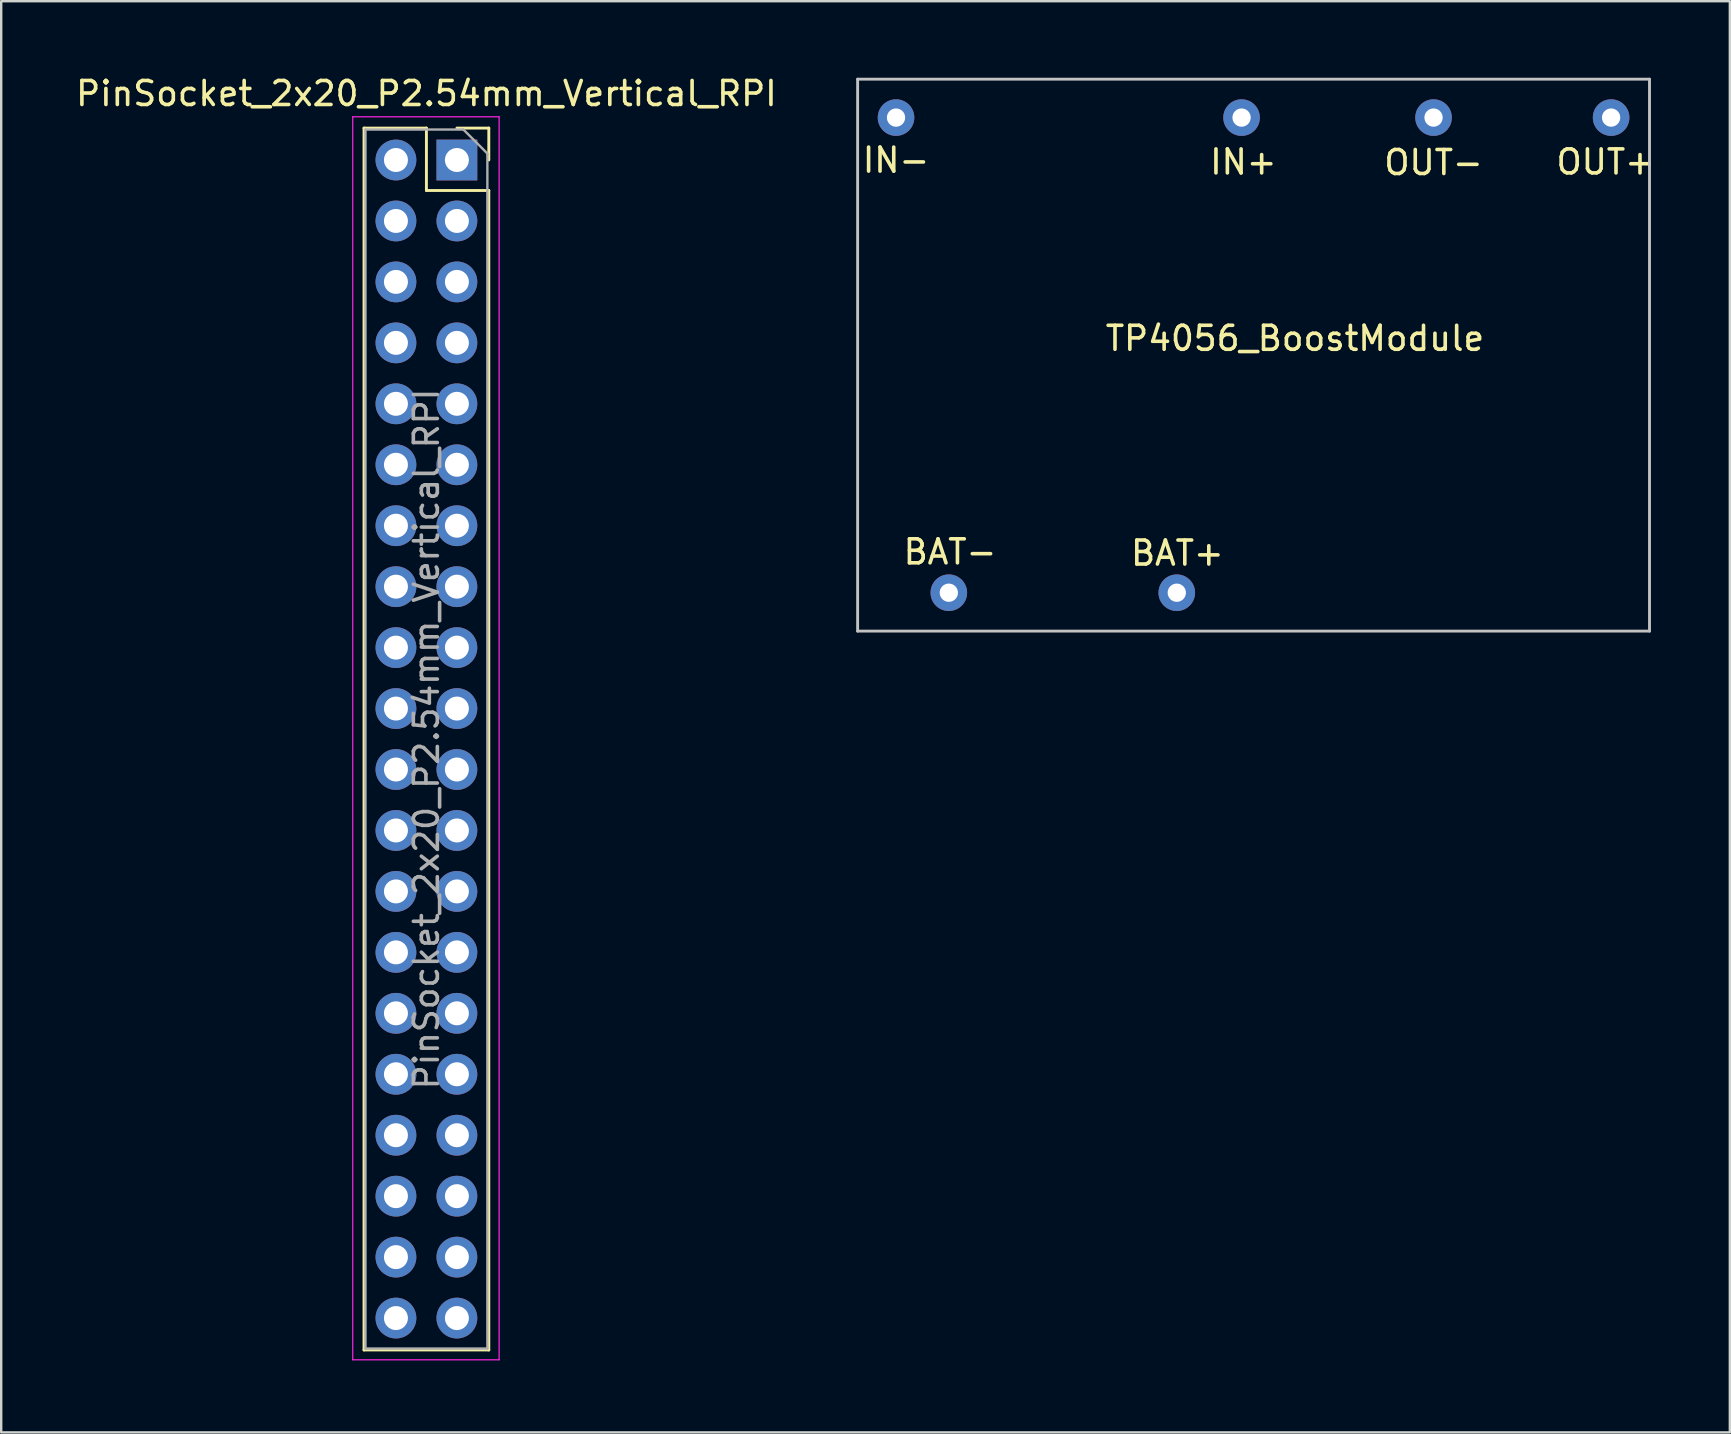
<source format=kicad_pcb>
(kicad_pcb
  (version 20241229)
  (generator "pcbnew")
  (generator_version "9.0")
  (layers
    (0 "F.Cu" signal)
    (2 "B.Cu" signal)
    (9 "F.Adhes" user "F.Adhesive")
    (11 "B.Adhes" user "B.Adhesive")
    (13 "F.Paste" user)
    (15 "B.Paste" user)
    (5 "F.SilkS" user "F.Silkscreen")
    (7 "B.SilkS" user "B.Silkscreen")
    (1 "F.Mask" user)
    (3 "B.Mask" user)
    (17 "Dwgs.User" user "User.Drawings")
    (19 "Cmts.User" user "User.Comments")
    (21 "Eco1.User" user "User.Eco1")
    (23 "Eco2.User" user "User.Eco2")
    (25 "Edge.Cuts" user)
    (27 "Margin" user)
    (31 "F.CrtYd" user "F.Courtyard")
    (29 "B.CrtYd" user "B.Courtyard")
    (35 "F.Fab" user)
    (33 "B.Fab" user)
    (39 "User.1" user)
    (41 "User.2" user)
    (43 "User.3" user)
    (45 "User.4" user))
  (footprint "PinSocket_2x20_P2.54mm_Vertical_RPI"
    (layer "F.Cu")
    (at 15.99 3.618)
    (property "Reference" "PinSocket_2x20_P2.54mm_Vertical_RPI" (at -1.27 -2.77 0) (layer "F.SilkS") (effects (font (size 1 1) (thickness 0.15))))
    (attr through_hole)
    (fp_line (start -3.87 -1.33) (end -3.87 49.59) (stroke (width 0.12) (type solid)) (layer "F.SilkS"))
    (fp_line (start -3.87 -1.33) (end -1.27 -1.33) (stroke (width 0.12) (type solid)) (layer "F.SilkS"))
    (fp_line (start -3.87 49.59) (end 1.33 49.59) (stroke (width 0.12) (type solid)) (layer "F.SilkS"))
    (fp_line (start -1.27 -1.33) (end -1.27 1.27) (stroke (width 0.12) (type solid)) (layer "F.SilkS"))
    (fp_line (start -1.27 1.27) (end 1.33 1.27) (stroke (width 0.12) (type solid)) (layer "F.SilkS"))
    (fp_line (start 0 -1.33) (end 1.33 -1.33) (stroke (width 0.12) (type solid)) (layer "F.SilkS"))
    (fp_line (start 1.33 -1.33) (end 1.33 0) (stroke (width 0.12) (type solid)) (layer "F.SilkS"))
    (fp_line (start 1.33 1.27) (end 1.33 49.59) (stroke (width 0.12) (type solid)) (layer "F.SilkS"))
    (fp_line (start -4.34 -1.8) (end 1.76 -1.8) (stroke (width 0.05) (type solid)) (layer "F.CrtYd"))
    (fp_line (start -4.34 50) (end -4.34 -1.8) (stroke (width 0.05) (type solid)) (layer "F.CrtYd"))
    (fp_line (start 1.76 -1.8) (end 1.76 50) (stroke (width 0.05) (type solid)) (layer "F.CrtYd"))
    (fp_line (start 1.76 50) (end -4.34 50) (stroke (width 0.05) (type solid)) (layer "F.CrtYd"))
    (fp_line (start -3.81 -1.27) (end 0.27 -1.27) (stroke (width 0.1) (type solid)) (layer "F.Fab"))
    (fp_line (start -3.81 49.53) (end -3.81 -1.27) (stroke (width 0.1) (type solid)) (layer "F.Fab"))
    (fp_line (start 0.27 -1.27) (end 1.27 -0.27) (stroke (width 0.1) (type solid)) (layer "F.Fab"))
    (fp_line (start 1.27 -0.27) (end 1.27 49.53) (stroke (width 0.1) (type solid)) (layer "F.Fab"))
    (fp_line (start 1.27 49.53) (end -3.81 49.53) (stroke (width 0.1) (type solid)) (layer "F.Fab"))
    (fp_text user "${REFERENCE}" (at -1.27 24.13 90) (layer "F.Fab") (effects (font (size 1 1) (thickness 0.15))))
    (pad "1" thru_hole rect (at 0 0) (size 1.7 1.7) (drill 1) (layers "*.Cu" "*.Mask"))
    (pad "2" thru_hole oval (at -2.54 0) (size 1.7 1.7) (drill 1) (layers "*.Cu" "*.Mask"))
    (pad "3" thru_hole oval (at 0 2.54) (size 1.7 1.7) (drill 1) (layers "*.Cu" "*.Mask"))
    (pad "4" thru_hole oval (at -2.54 2.54) (size 1.7 1.7) (drill 1) (layers "*.Cu" "*.Mask"))
    (pad "5" thru_hole oval (at 0 5.08) (size 1.7 1.7) (drill 1) (layers "*.Cu" "*.Mask"))
    (pad "6" thru_hole oval (at -2.54 5.08) (size 1.7 1.7) (drill 1) (layers "*.Cu" "*.Mask"))
    (pad "7" thru_hole oval (at 0 7.62) (size 1.7 1.7) (drill 1) (layers "*.Cu" "*.Mask"))
    (pad "8" thru_hole oval (at -2.54 7.62) (size 1.7 1.7) (drill 1) (layers "*.Cu" "*.Mask"))
    (pad "9" thru_hole oval (at 0 10.16) (size 1.7 1.7) (drill 1) (layers "*.Cu" "*.Mask"))
    (pad "10" thru_hole oval (at -2.54 10.16) (size 1.7 1.7) (drill 1) (layers "*.Cu" "*.Mask"))
    (pad "11" thru_hole oval (at 0 12.7) (size 1.7 1.7) (drill 1) (layers "*.Cu" "*.Mask"))
    (pad "12" thru_hole oval (at -2.54 12.7) (size 1.7 1.7) (drill 1) (layers "*.Cu" "*.Mask"))
    (pad "13" thru_hole oval (at 0 15.24) (size 1.7 1.7) (drill 1) (layers "*.Cu" "*.Mask"))
    (pad "14" thru_hole oval (at -2.54 15.24) (size 1.7 1.7) (drill 1) (layers "*.Cu" "*.Mask"))
    (pad "15" thru_hole oval (at 0 17.78) (size 1.7 1.7) (drill 1) (layers "*.Cu" "*.Mask"))
    (pad "16" thru_hole oval (at -2.54 17.78) (size 1.7 1.7) (drill 1) (layers "*.Cu" "*.Mask"))
    (pad "17" thru_hole oval (at 0 20.32) (size 1.7 1.7) (drill 1) (layers "*.Cu" "*.Mask"))
    (pad "18" thru_hole oval (at -2.54 20.32) (size 1.7 1.7) (drill 1) (layers "*.Cu" "*.Mask"))
    (pad "19" thru_hole oval (at 0 22.86) (size 1.7 1.7) (drill 1) (layers "*.Cu" "*.Mask"))
    (pad "20" thru_hole oval (at -2.54 22.86) (size 1.7 1.7) (drill 1) (layers "*.Cu" "*.Mask"))
    (pad "21" thru_hole oval (at 0 25.4) (size 1.7 1.7) (drill 1) (layers "*.Cu" "*.Mask"))
    (pad "22" thru_hole oval (at -2.54 25.4) (size 1.7 1.7) (drill 1) (layers "*.Cu" "*.Mask"))
    (pad "23" thru_hole oval (at 0 27.94) (size 1.7 1.7) (drill 1) (layers "*.Cu" "*.Mask"))
    (pad "24" thru_hole oval (at -2.54 27.94) (size 1.7 1.7) (drill 1) (layers "*.Cu" "*.Mask"))
    (pad "25" thru_hole oval (at 0 30.48) (size 1.7 1.7) (drill 1) (layers "*.Cu" "*.Mask"))
    (pad "26" thru_hole oval (at -2.54 30.48) (size 1.7 1.7) (drill 1) (layers "*.Cu" "*.Mask"))
    (pad "27" thru_hole oval (at 0 33.02) (size 1.7 1.7) (drill 1) (layers "*.Cu" "*.Mask"))
    (pad "28" thru_hole oval (at -2.54 33.02) (size 1.7 1.7) (drill 1) (layers "*.Cu" "*.Mask"))
    (pad "29" thru_hole oval (at 0 35.56) (size 1.7 1.7) (drill 1) (layers "*.Cu" "*.Mask"))
    (pad "30" thru_hole oval (at -2.54 35.56) (size 1.7 1.7) (drill 1) (layers "*.Cu" "*.Mask"))
    (pad "31" thru_hole oval (at 0 38.1) (size 1.7 1.7) (drill 1) (layers "*.Cu" "*.Mask"))
    (pad "32" thru_hole oval (at -2.54 38.1) (size 1.7 1.7) (drill 1) (layers "*.Cu" "*.Mask"))
    (pad "33" thru_hole oval (at 0 40.64) (size 1.7 1.7) (drill 1) (layers "*.Cu" "*.Mask"))
    (pad "34" thru_hole oval (at -2.54 40.64) (size 1.7 1.7) (drill 1) (layers "*.Cu" "*.Mask"))
    (pad "35" thru_hole oval (at 0 43.18) (size 1.7 1.7) (drill 1) (layers "*.Cu" "*.Mask"))
    (pad "36" thru_hole oval (at -2.54 43.18) (size 1.7 1.7) (drill 1) (layers "*.Cu" "*.Mask"))
    (pad "37" thru_hole oval (at 0 45.72) (size 1.7 1.7) (drill 1) (layers "*.Cu" "*.Mask"))
    (pad "38" thru_hole oval (at -2.54 45.72) (size 1.7 1.7) (drill 1) (layers "*.Cu" "*.Mask"))
    (pad "39" thru_hole oval (at 0 48.26) (size 1.7 1.7) (drill 1) (layers "*.Cu" "*.Mask"))
    (pad "40" thru_hole oval (at -2.54 48.26) (size 1.7 1.7) (drill 1) (layers "*.Cu" "*.Mask")))
  (footprint "TP4056_BoostModule"
    (layer "F.Cu")
    (at 32.69 0.25)
    (property "Reference" "TP4056_BoostModule" (at 18.225 10.8 0) (layer "F.SilkS") (effects (font (size 1 1) (thickness 0.15))))
    (attr through_hole)
    (fp_line (start 0 0) (end 0 23) (stroke (width 0.12) (type solid)) (layer "Dwgs.User"))
    (fp_line (start 0 0) (end 33 0) (stroke (width 0.12) (type solid)) (layer "Dwgs.User"))
    (fp_line (start 33 0) (end 33 23) (stroke (width 0.12) (type solid)) (layer "Dwgs.User"))
    (fp_line (start 33 23) (end 0 23) (stroke (width 0.12) (type solid)) (layer "Dwgs.User"))
    (fp_text user "BAT+" (at 13.325 19.75 0) (layer "F.SilkS") (effects (font (size 1 1) (thickness 0.15))))
    (fp_text user "IN-" (at 1.6 3.375 0) (layer "F.SilkS") (effects (font (size 1 1) (thickness 0.15))))
    (fp_text user "BAT-" (at 3.85 19.7 0) (layer "F.SilkS") (effects (font (size 1 1) (thickness 0.15))))
    (fp_text user "OUT-" (at 24 3.475 0) (layer "F.SilkS") (effects (font (size 1 1) (thickness 0.15))))
    (fp_text user "IN+" (at 16.075 3.45 0) (layer "F.SilkS") (effects (font (size 1 1) (thickness 0.15))))
    (fp_text user "OUT+" (at 31.175 3.45 0) (layer "F.SilkS") (effects (font (size 1 1) (thickness 0.15))))
    (pad "1" thru_hole circle (at 3.8 21.4) (size 1.524 1.524) (drill 0.762) (layers "*.Cu" "*.Mask"))
    (pad "2" thru_hole circle (at 13.3 21.4) (size 1.524 1.524) (drill 0.762) (layers "*.Cu" "*.Mask"))
    (pad "3" thru_hole circle (at 31.4 1.6) (size 1.524 1.524) (drill 0.762) (layers "*.Cu" "*.Mask"))
    (pad "4" thru_hole circle (at 24 1.6) (size 1.524 1.524) (drill 0.762) (layers "*.Cu" "*.Mask"))
    (pad "5" thru_hole circle (at 16 1.6) (size 1.524 1.524) (drill 0.762) (layers "*.Cu" "*.Mask"))
    (pad "6" thru_hole circle (at 1.6 1.6) (size 1.524 1.524) (drill 0.762) (layers "*.Cu" "*.Mask")))
  (gr_rect
    (start -3 -3)
    (end 69.038 56.643)
    (stroke (width 0.1) (type default))
    (fill no)
    (layer "Edge.Cuts")))
</source>
